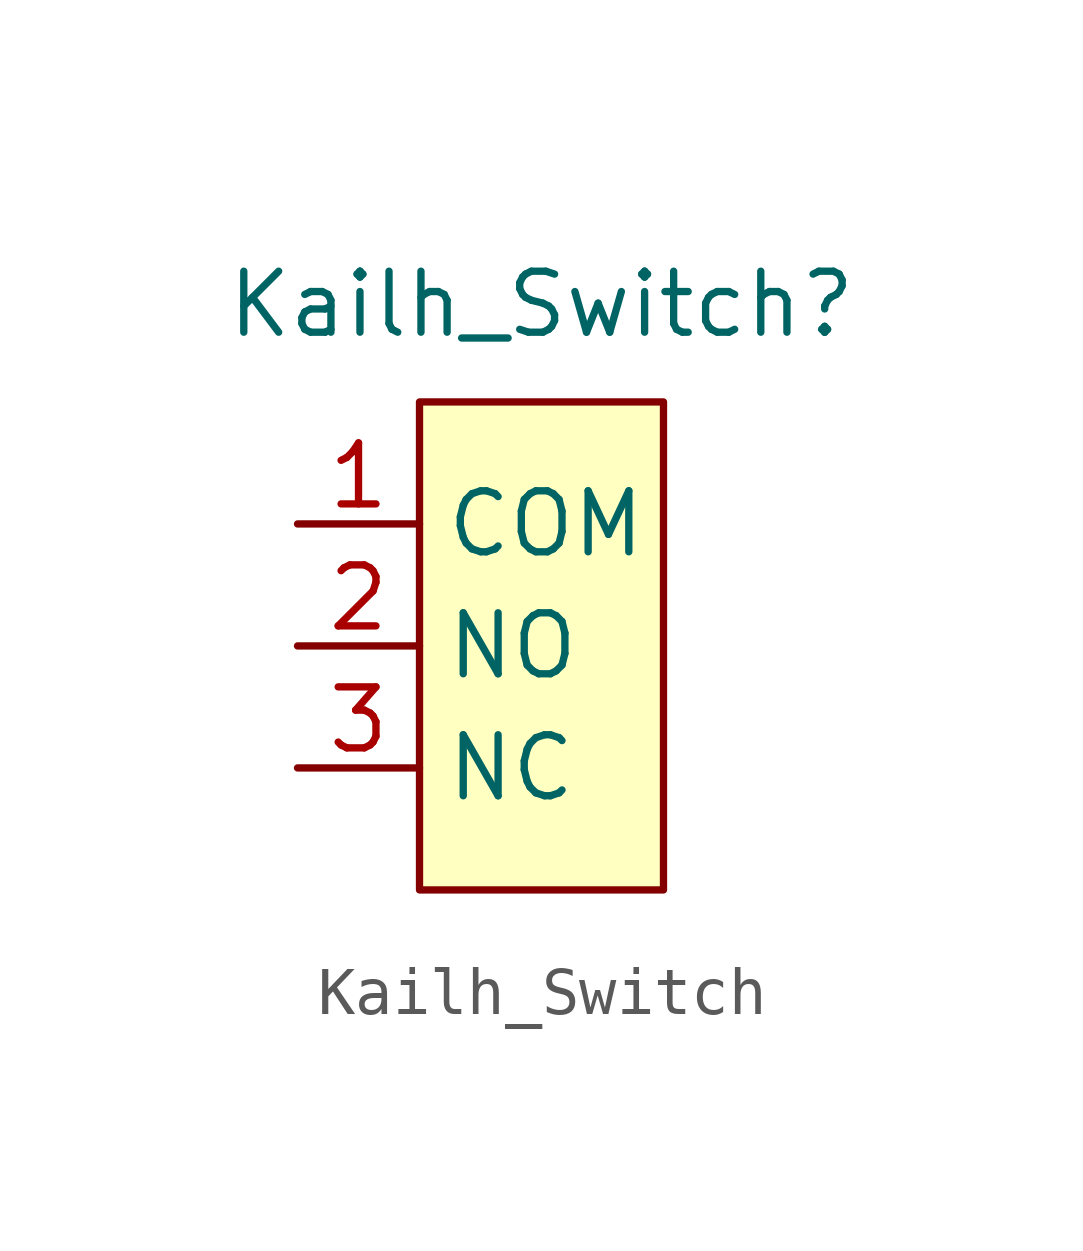
<source format=kicad_sym>
(kicad_symbol_lib
  (version 20231120)
  (generator "kicad_symbol_editor")
  (generator_version "8.0")
  (symbol "Kailh_Switch"
    (property "Reference" "Kailh_Switch"
      (at 0 7.112 0)
      (effects (font (size 1.27 1.27))))
    (property "Value" ""
      (at -1.27 0 0)
      (effects (font (size 1.27 1.27))))
    (symbol "Kailh_Switch_1_1"
      (rectangle (start -2.54 5.08) (end 2.54 -5.08) (stroke (width 0) (type default)) (fill (type background)))
      (pin input line (at -5.08 2.54 0) (length 2.54) (name "COM" (effects (font (size 1.27 1.27)))) (number "1" (effects (font (size 1.27 1.27)))))
      (pin input line (at -5.08 0 0) (length 2.54) (name "NO" (effects (font (size 1.27 1.27)))) (number "2" (effects (font (size 1.27 1.27)))))
      (pin input line (at -5.08 -2.54 0) (length 2.54) (name "NC" (effects (font (size 1.27 1.27)))) (number "3" (effects (font (size 1.27 1.27))))))))
</source>
